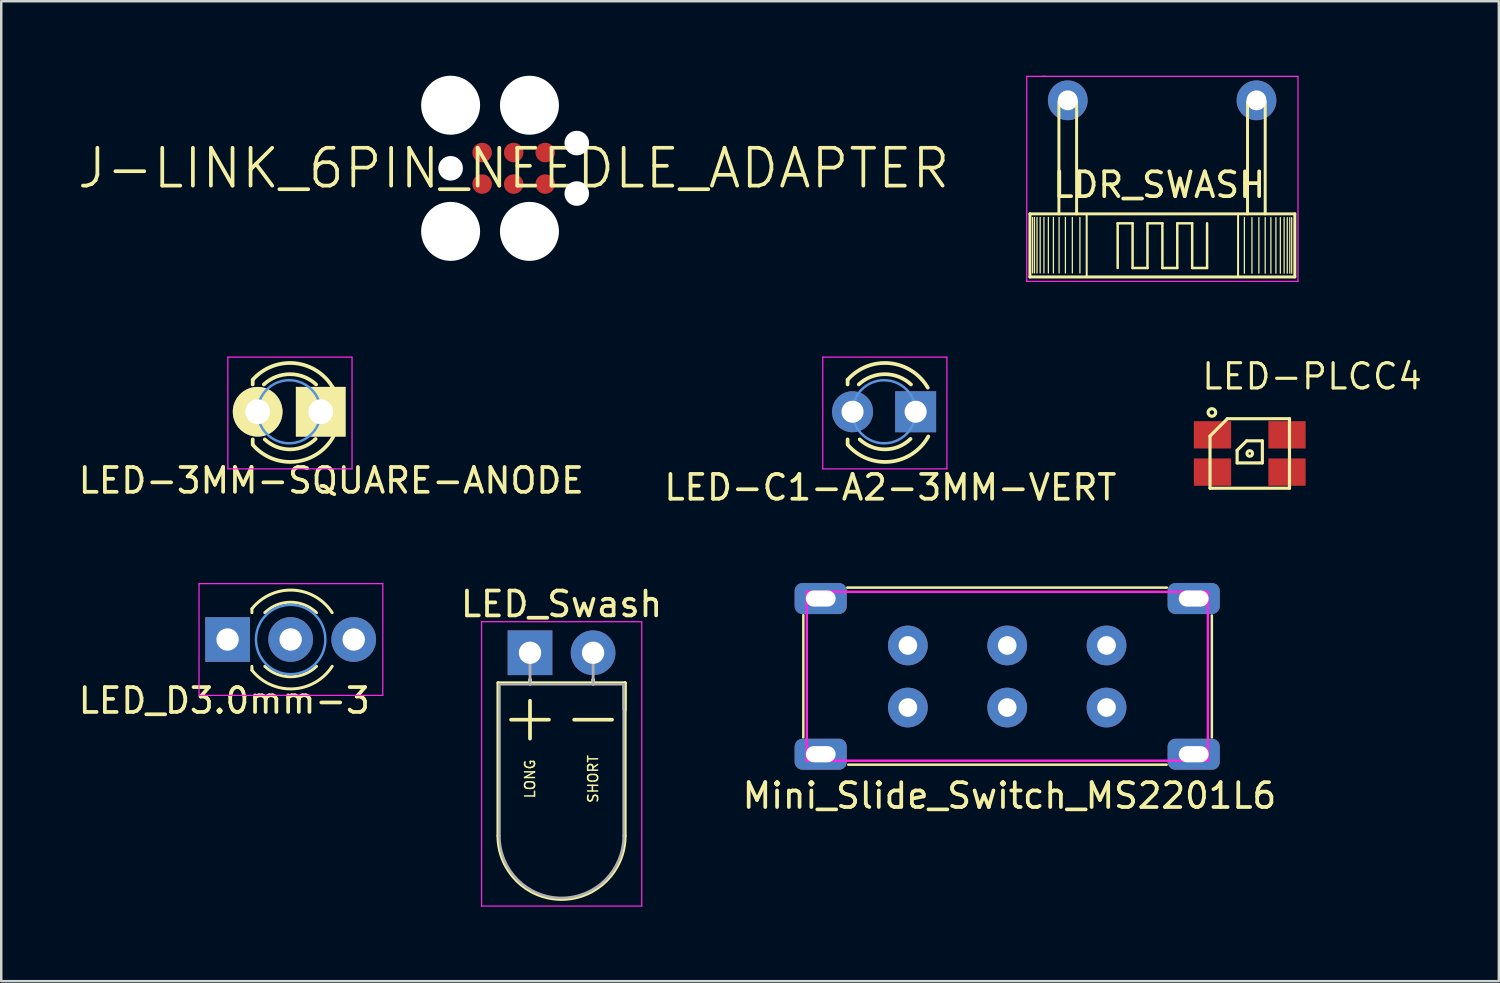
<source format=kicad_pcb>
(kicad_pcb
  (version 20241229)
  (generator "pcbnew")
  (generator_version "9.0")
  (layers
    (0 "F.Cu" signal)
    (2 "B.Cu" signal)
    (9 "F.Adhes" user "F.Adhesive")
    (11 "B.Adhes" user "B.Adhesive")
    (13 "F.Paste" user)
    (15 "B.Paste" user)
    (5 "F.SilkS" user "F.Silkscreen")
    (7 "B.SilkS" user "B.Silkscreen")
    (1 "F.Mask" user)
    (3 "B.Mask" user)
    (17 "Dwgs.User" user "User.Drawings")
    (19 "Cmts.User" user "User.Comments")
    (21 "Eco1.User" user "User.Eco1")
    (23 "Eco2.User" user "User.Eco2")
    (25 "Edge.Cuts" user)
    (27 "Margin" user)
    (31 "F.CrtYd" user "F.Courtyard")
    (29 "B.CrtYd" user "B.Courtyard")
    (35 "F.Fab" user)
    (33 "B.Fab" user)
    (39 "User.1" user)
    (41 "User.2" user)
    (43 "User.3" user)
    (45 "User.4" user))
  (footprint "LED_Swash"
    (layer "F.Cu")
    (at 18.292 23.235)
    (property "Reference" "LED_Swash" (at 1.27 -1.96 0) (layer "F.SilkS") (effects (font (size 1 1) (thickness 0.15))))
    (attr through_hole)
    (fp_line (start -1.29 1.21) (end -1.29 7.37) (stroke (width 0.12) (type solid)) (layer "F.SilkS"))
    (fp_line (start -1.29 1.21) (end 3.83 1.21) (stroke (width 0.12) (type solid)) (layer "F.SilkS"))
    (fp_line (start 0 1.08) (end 0 1.08) (stroke (width 0.12) (type solid)) (layer "F.SilkS"))
    (fp_line (start 0 1.08) (end 0 1.21) (stroke (width 0.12) (type solid)) (layer "F.SilkS"))
    (fp_line (start 0 1.21) (end 0 1.08) (stroke (width 0.12) (type solid)) (layer "F.SilkS"))
    (fp_line (start 0 1.21) (end 0 1.21) (stroke (width 0.12) (type solid)) (layer "F.SilkS"))
    (fp_line (start 2.54 1.08) (end 2.54 1.08) (stroke (width 0.12) (type solid)) (layer "F.SilkS"))
    (fp_line (start 2.54 1.08) (end 2.54 1.21) (stroke (width 0.12) (type solid)) (layer "F.SilkS"))
    (fp_line (start 2.54 1.21) (end 2.54 1.08) (stroke (width 0.12) (type solid)) (layer "F.SilkS"))
    (fp_line (start 2.54 1.21) (end 2.54 1.21) (stroke (width 0.12) (type solid)) (layer "F.SilkS"))
    (fp_line (start 3.83 1.21) (end 3.83 7.37) (stroke (width 0.12) (type solid)) (layer "F.SilkS"))
    (fp_line (start 3.83 2.33) (end 3.83 1.21) (stroke (width 0.12) (type solid)) (layer "F.SilkS"))
    (fp_arc (start 3.83 7.37) (mid 1.27 9.93) (end -1.29 7.37) (stroke (width 0.12) (type solid)) (layer "F.SilkS"))
    (fp_line (start -1.95 -1.25) (end -1.95 10.2) (stroke (width 0.05) (type solid)) (layer "F.CrtYd"))
    (fp_line (start -1.95 10.2) (end 4.5 10.2) (stroke (width 0.05) (type solid)) (layer "F.CrtYd"))
    (fp_line (start 4.5 -1.25) (end -1.95 -1.25) (stroke (width 0.05) (type solid)) (layer "F.CrtYd"))
    (fp_line (start 4.5 10.2) (end 4.5 -1.25) (stroke (width 0.05) (type solid)) (layer "F.CrtYd"))
    (fp_line (start -1.23 1.27) (end -1.23 7.37) (stroke (width 0.1) (type solid)) (layer "F.Fab"))
    (fp_line (start -1.23 1.27) (end 3.77 1.27) (stroke (width 0.1) (type solid)) (layer "F.Fab"))
    (fp_line (start 0 0) (end 0 0) (stroke (width 0.1) (type solid)) (layer "F.Fab"))
    (fp_line (start 0 0) (end 0 1.27) (stroke (width 0.1) (type solid)) (layer "F.Fab"))
    (fp_line (start 0 1.27) (end 0 0) (stroke (width 0.1) (type solid)) (layer "F.Fab"))
    (fp_line (start 0 1.27) (end 0 1.27) (stroke (width 0.1) (type solid)) (layer "F.Fab"))
    (fp_line (start 2.54 0) (end 2.54 0) (stroke (width 0.1) (type solid)) (layer "F.Fab"))
    (fp_line (start 2.54 0) (end 2.54 1.27) (stroke (width 0.1) (type solid)) (layer "F.Fab"))
    (fp_line (start 2.54 1.27) (end 2.54 0) (stroke (width 0.1) (type solid)) (layer "F.Fab"))
    (fp_line (start 2.54 1.27) (end 2.54 1.27) (stroke (width 0.1) (type solid)) (layer "F.Fab"))
    (fp_line (start 3.77 1.27) (end 3.77 7.37) (stroke (width 0.1) (type solid)) (layer "F.Fab"))
    (fp_line (start 3.77 2.27) (end 3.77 1.27) (stroke (width 0.1) (type solid)) (layer "F.Fab"))
    (fp_arc (start 3.77 7.37) (mid 1.27 9.87) (end -1.23 7.37) (stroke (width 0.1) (type solid)) (layer "F.Fab"))
    (fp_text user "+" (at 0 2.54 0) (layer "F.SilkS") (effects (font (size 2 2) (thickness 0.15))))
    (fp_text user "-" (at 2.54 2.54 0) (layer "F.SilkS") (effects (font (size 2 2) (thickness 0.15))))
    (fp_text user "SHORT" (at 2.54 5.08 90) (layer "F.SilkS") (effects (font (size 0.4 0.4) (thickness 0.062))))
    (fp_text user "LONG" (at 0 5.08 90) (layer "F.SilkS") (effects (font (size 0.4 0.4) (thickness 0.062))))
    (pad "1" thru_hole circle (at 2.54 0) (size 1.8 1.8) (drill 0.9) (layers "*.Cu" "*.Mask"))
    (pad "2" thru_hole rect (at 0 0) (size 1.8 1.8) (drill 0.9) (layers "*.Cu" "*.Mask")))
  (footprint "LED-PLCC4"
    (layer "F.Cu")
    (at 47.274 15.21)
    (property "Reference" "LED-PLCC4" (at -2 -2.508 0) (layer "F.SilkS") (effects (font (size 1.016 1.016) (thickness 0.127)) (justify left bottom)))
    (attr through_hole)
    (fp_line (start -1.6 -0.7) (end -1.6 1.4) (stroke (width 0.127) (type solid)) (layer "F.SilkS"))
    (fp_line (start -1.6 -0.7) (end -0.9 -1.4) (stroke (width 0.127) (type solid)) (layer "F.SilkS"))
    (fp_line (start -1.6 1.4) (end 1.6 1.4) (stroke (width 0.127) (type solid)) (layer "F.SilkS"))
    (fp_line (start -0.508 0.381) (end -0.508 -0.127) (stroke (width 0.127) (type solid)) (layer "F.SilkS"))
    (fp_line (start -0.127 -0.508) (end -0.508 -0.127) (stroke (width 0.127) (type solid)) (layer "F.SilkS"))
    (fp_line (start -0.127 -0.508) (end 0.508 -0.508) (stroke (width 0.127) (type solid)) (layer "F.SilkS"))
    (fp_line (start 0.508 -0.508) (end 0.508 0.381) (stroke (width 0.127) (type solid)) (layer "F.SilkS"))
    (fp_line (start 0.508 0.381) (end -0.508 0.381) (stroke (width 0.127) (type solid)) (layer "F.SilkS"))
    (fp_line (start 1.6 -1.4) (end -0.9 -1.4) (stroke (width 0.127) (type solid)) (layer "F.SilkS"))
    (fp_line (start 1.6 1.4) (end 1.6 -1.4) (stroke (width 0.127) (type solid)) (layer "F.SilkS"))
    (fp_circle (center -1.524 -1.651) (end -1.372 -1.651) (stroke (width 0.127) (type solid)) (fill no) (layer "F.SilkS"))
    (fp_circle (center 0 0) (end 0.112 0) (stroke (width 0.127) (type solid)) (fill no) (layer "F.SilkS"))
    (pad "1" smd rect (at -1.5 -0.75 90) (size 1.1 1.5) (layers "F.Cu" "F.Mask" "F.Paste"))
    (pad "2" smd rect (at 1.5 -0.75 90) (size 1.1 1.5) (layers "F.Cu" "F.Mask" "F.Paste"))
    (pad "3" smd rect (at 1.5 0.75 90) (size 1.1 1.5) (layers "F.Cu" "F.Mask" "F.Paste"))
    (pad "4" smd rect (at -1.5 0.75 90) (size 1.1 1.5) (layers "F.Cu" "F.Mask" "F.Paste")))
  (footprint "LED_D3.0mm-3"
    (layer "F.Cu")
    (at 6.114 22.701)
    (property "Reference" "LED_D3.0mm-3" (at -0.132 2.461 0) (layer "F.SilkS") (effects (font (size 1 1) (thickness 0.15))))
    (attr through_hole)
    (fp_line (start 0.98 -1.236) (end 0.98 -1.08) (stroke (width 0.12) (type solid)) (layer "F.SilkS"))
    (fp_line (start 0.98 1.08) (end 0.98 1.236) (stroke (width 0.12) (type solid)) (layer "F.SilkS"))
    (fp_arc (start 0.98 -1.235516) (mid 2.636487 -1.987659) (end 4.212335 -1.078608) (stroke (width 0.12) (type solid)) (layer "F.SilkS"))
    (fp_arc (start 1.499039 -1.08) (mid 2.540117 -1.5) (end 3.58113 -1.079837) (stroke (width 0.12) (type solid)) (layer "F.SilkS"))
    (fp_arc (start 3.58113 1.079837) (mid 2.540117 1.5) (end 1.499039 1.08) (stroke (width 0.12) (type solid)) (layer "F.SilkS"))
    (fp_arc (start 4.212335 1.078608) (mid 2.636487 1.987659) (end 0.98 1.235516) (stroke (width 0.12) (type solid)) (layer "F.SilkS"))
    (fp_circle (center 2.54 0) (end 2.54 1.397) (stroke (width 0.1) (type solid)) (fill no) (layer "Cmts.User"))
    (fp_line (start -1.15 -2.25) (end -1.15 2.25) (stroke (width 0.05) (type solid)) (layer "F.CrtYd"))
    (fp_line (start -1.15 2.25) (end 6.25 2.25) (stroke (width 0.05) (type solid)) (layer "F.CrtYd"))
    (fp_line (start 6.25 -2.25) (end -1.15 -2.25) (stroke (width 0.05) (type solid)) (layer "F.CrtYd"))
    (fp_line (start 6.25 2.25) (end 6.25 -2.25) (stroke (width 0.05) (type solid)) (layer "F.CrtYd"))
    (pad "1" thru_hole rect (at 0 0) (size 1.8 1.8) (drill 0.9) (layers "*.Cu" "*.Mask"))
    (pad "2" thru_hole circle (at 2.54 0) (size 1.8 1.8) (drill 0.9) (layers "*.Cu" "*.Mask"))
    (pad "3" thru_hole circle (at 5.08 0) (size 1.8 1.8) (drill 0.9) (layers "*.Cu" "*.Mask")))
  (footprint "LED-C1-A2-3MM-VERT"
    (layer "F.Cu")
    (at 32.55 13.53)
    (property "Reference" "LED-C1-A2-3MM-VERT" (at 0.254 3.048 0) (layer "F.SilkS") (effects (font (size 1 1) (thickness 0.15))))
    (attr through_hole)
    (fp_line (start -1.469 -1.28) (end -1.469 -1.1) (stroke (width 0.15) (type solid)) (layer "F.SilkS"))
    (fp_line (start -1.469 1.314) (end -1.469 1.114) (stroke (width 0.15) (type solid)) (layer "F.SilkS"))
    (fp_arc (start -1.469 -1.286) (mid 0.225903 -1.954571) (end 1.758744 -0.969643) (stroke (width 0.15) (type solid)) (layer "F.SilkS"))
    (fp_arc (start -1.02 -1.1) (mid 0.031686 -1.512142) (end 1.083005 -1.099067) (stroke (width 0.15) (type solid)) (layer "F.SilkS"))
    (fp_arc (start 1.065 1.094) (mid 0.04492 1.51473) (end -0.982889 1.113252) (stroke (width 0.15) (type solid)) (layer "F.SilkS"))
    (fp_arc (start 1.781 0.994) (mid 0.252637 2.009958) (end -1.45622 1.340726) (stroke (width 0.15) (type solid)) (layer "F.SilkS"))
    (fp_circle (center 0 0) (end 1.27 0) (stroke (width 0.1) (type solid)) (fill no) (layer "Cmts.User"))
    (fp_line (start -2.47 -2.2) (end -2.47 2.3) (stroke (width 0.05) (type solid)) (layer "F.CrtYd"))
    (fp_line (start -2.47 2.3) (end 2.53 2.3) (stroke (width 0.05) (type solid)) (layer "F.CrtYd"))
    (fp_line (start 2.53 -2.2) (end -2.47 -2.2) (stroke (width 0.05) (type solid)) (layer "F.CrtYd"))
    (fp_line (start 2.53 2.3) (end 2.53 -2.2) (stroke (width 0.05) (type solid)) (layer "F.CrtYd"))
    (pad "1" thru_hole circle (at -1.27 0 90) (size 1.651 1.651) (drill 0.889) (layers "*.Cu" "*.Mask"))
    (pad "2" thru_hole rect (at 1.27 0) (size 1.651 1.651) (drill 0.889) (layers "*.Cu" "*.Mask")))
  (footprint "J-LINK_6PIN_NEEDLE_ADAPTER"
    (layer "F.Cu")
    (at 17.635 3.727)
    (property "Reference" "J-LINK_6PIN_NEEDLE_ADAPTER" (at 0 0 0) (layer "F.SilkS") (effects (font (size 1.524 1.524) (thickness 0.15))))
    (attr through_hole)
    (pad "" np_thru_hole circle (at -2.54 -2.54) (size 2.375 2.375) (drill 2.375) (layers "*.Cu"))
    (pad "" np_thru_hole circle (at -2.54 0) (size 0.991 0.991) (drill 0.991) (layers "*.Cu"))
    (pad "" np_thru_hole circle (at -2.54 2.54) (size 2.375 2.375) (drill 2.375) (layers "*.Cu"))
    (pad "" np_thru_hole circle (at 0.635 -2.54) (size 2.375 2.375) (drill 2.375) (layers "*.Cu"))
    (pad "" np_thru_hole circle (at 0.635 2.54) (size 2.375 2.375) (drill 2.375) (layers "*.Cu"))
    (pad "" np_thru_hole circle (at 2.54 -1.016) (size 0.991 0.991) (drill 0.991) (layers "*.Cu"))
    (pad "" np_thru_hole circle (at 2.54 1.016) (size 0.991 0.991) (drill 0.991) (layers "*.Cu"))
    (pad "1" smd circle (at -1.27 0.635) (size 0.787 0.787) (layers "F.Cu" "F.Mask" "F.Paste"))
    (pad "2" smd circle (at -1.27 -0.635) (size 0.787 0.787) (layers "F.Cu" "F.Mask" "F.Paste"))
    (pad "3" smd circle (at 0 0.635) (size 0.787 0.787) (layers "F.Cu" "F.Mask" "F.Paste"))
    (pad "4" smd circle (at 0 -0.635) (size 0.787 0.787) (layers "F.Cu" "F.Mask" "F.Paste"))
    (pad "5" smd circle (at 1.27 0.635) (size 0.787 0.787) (layers "F.Cu" "F.Mask" "F.Paste"))
    (pad "6" smd circle (at 1.27 -0.635) (size 0.787 0.787) (layers "F.Cu" "F.Mask" "F.Paste")))
  (footprint "LDR_SWASH"
    (layer "F.Cu")
    (at 39.946 0.99)
    (property "Reference" "LDR_SWASH" (at 3.683 3.404 0) (layer "F.SilkS") (effects (font (size 1 1) (thickness 0.15))))
    (attr through_hole)
    (fp_line (start -1.524 4.572) (end -1.524 7.112) (stroke (width 0.12) (type solid)) (layer "F.SilkS"))
    (fp_line (start -1.524 4.572) (end 9.144 4.572) (stroke (width 0.12) (type solid)) (layer "F.SilkS"))
    (fp_line (start -1.524 7.112) (end 9.144 7.112) (stroke (width 0.12) (type solid)) (layer "F.SilkS"))
    (fp_line (start -1.416 6.951) (end -1.416 4.716) (stroke (width 0.05) (type solid)) (layer "F.SilkS"))
    (fp_line (start -1.34 6.951) (end -1.34 4.716) (stroke (width 0.05) (type solid)) (layer "F.SilkS"))
    (fp_line (start -1.238 6.951) (end -1.238 4.716) (stroke (width 0.05) (type solid)) (layer "F.SilkS"))
    (fp_line (start -1.111 6.951) (end -1.111 4.716) (stroke (width 0.05) (type solid)) (layer "F.SilkS"))
    (fp_line (start -0.959 6.951) (end -0.959 4.716) (stroke (width 0.05) (type solid)) (layer "F.SilkS"))
    (fp_line (start -0.781 6.951) (end -0.781 4.716) (stroke (width 0.05) (type solid)) (layer "F.SilkS"))
    (fp_line (start -0.578 6.951) (end -0.578 4.716) (stroke (width 0.05) (type solid)) (layer "F.SilkS"))
    (fp_line (start -0.356 0.051) (end -0.356 4.572) (stroke (width 0.12) (type solid)) (layer "F.SilkS"))
    (fp_line (start -0.349 6.951) (end -0.349 4.716) (stroke (width 0.05) (type solid)) (layer "F.SilkS"))
    (fp_line (start -0.095 6.951) (end -0.095 4.716) (stroke (width 0.05) (type solid)) (layer "F.SilkS"))
    (fp_line (start 0.184 6.951) (end 0.184 4.716) (stroke (width 0.05) (type solid)) (layer "F.SilkS"))
    (fp_line (start 0.356 0.051) (end 0.356 4.572) (stroke (width 0.12) (type solid)) (layer "F.SilkS"))
    (fp_line (start 0.489 6.951) (end 0.489 4.716) (stroke (width 0.05) (type solid)) (layer "F.SilkS"))
    (fp_line (start 0.762 4.572) (end 0.762 7.112) (stroke (width 0.08) (type solid)) (layer "F.SilkS"))
    (fp_line (start 2.01 4.952) (end 2.61 4.952) (stroke (width 0.1) (type solid)) (layer "F.SilkS"))
    (fp_line (start 2.01 6.752) (end 2.01 4.952) (stroke (width 0.1) (type solid)) (layer "F.SilkS"))
    (fp_line (start 2.61 4.952) (end 2.61 6.752) (stroke (width 0.1) (type solid)) (layer "F.SilkS"))
    (fp_line (start 2.61 6.752) (end 3.21 6.752) (stroke (width 0.1) (type solid)) (layer "F.SilkS"))
    (fp_line (start 3.21 4.952) (end 3.81 4.952) (stroke (width 0.1) (type solid)) (layer "F.SilkS"))
    (fp_line (start 3.21 6.752) (end 3.21 4.952) (stroke (width 0.1) (type solid)) (layer "F.SilkS"))
    (fp_line (start 3.81 4.952) (end 3.81 6.752) (stroke (width 0.1) (type solid)) (layer "F.SilkS"))
    (fp_line (start 3.81 6.752) (end 4.41 6.752) (stroke (width 0.1) (type solid)) (layer "F.SilkS"))
    (fp_line (start 4.41 4.952) (end 5.01 4.952) (stroke (width 0.1) (type solid)) (layer "F.SilkS"))
    (fp_line (start 4.41 6.752) (end 4.41 4.952) (stroke (width 0.1) (type solid)) (layer "F.SilkS"))
    (fp_line (start 5.01 4.952) (end 5.01 6.752) (stroke (width 0.1) (type solid)) (layer "F.SilkS"))
    (fp_line (start 5.01 6.752) (end 5.61 6.752) (stroke (width 0.1) (type solid)) (layer "F.SilkS"))
    (fp_line (start 5.61 6.752) (end 5.61 4.952) (stroke (width 0.1) (type solid)) (layer "F.SilkS"))
    (fp_line (start 6.858 4.572) (end 6.858 7.112) (stroke (width 0.08) (type solid)) (layer "F.SilkS"))
    (fp_line (start 7.112 4.724) (end 7.112 6.96) (stroke (width 0.05) (type solid)) (layer "F.SilkS"))
    (fp_line (start 7.239 0.051) (end 7.239 4.572) (stroke (width 0.12) (type solid)) (layer "F.SilkS"))
    (fp_line (start 7.417 4.724) (end 7.417 6.96) (stroke (width 0.05) (type solid)) (layer "F.SilkS"))
    (fp_line (start 7.696 4.724) (end 7.696 6.96) (stroke (width 0.05) (type solid)) (layer "F.SilkS"))
    (fp_line (start 7.95 0.051) (end 7.95 4.572) (stroke (width 0.12) (type solid)) (layer "F.SilkS"))
    (fp_line (start 7.95 4.724) (end 7.95 6.96) (stroke (width 0.05) (type solid)) (layer "F.SilkS"))
    (fp_line (start 8.179 4.724) (end 8.179 6.96) (stroke (width 0.05) (type solid)) (layer "F.SilkS"))
    (fp_line (start 8.382 4.724) (end 8.382 6.96) (stroke (width 0.05) (type solid)) (layer "F.SilkS"))
    (fp_line (start 8.56 4.724) (end 8.56 6.96) (stroke (width 0.05) (type solid)) (layer "F.SilkS"))
    (fp_line (start 8.712 4.724) (end 8.712 6.96) (stroke (width 0.05) (type solid)) (layer "F.SilkS"))
    (fp_line (start 8.839 4.724) (end 8.839 6.96) (stroke (width 0.05) (type solid)) (layer "F.SilkS"))
    (fp_line (start 8.941 4.724) (end 8.941 6.96) (stroke (width 0.05) (type solid)) (layer "F.SilkS"))
    (fp_line (start 9.017 4.724) (end 9.017 6.96) (stroke (width 0.05) (type solid)) (layer "F.SilkS"))
    (fp_line (start 9.144 4.572) (end 9.144 7.112) (stroke (width 0.12) (type solid)) (layer "F.SilkS"))
    (fp_line (start -1.651 -0.965) (end -0.889 -0.965) (stroke (width 0.05) (type solid)) (layer "F.CrtYd"))
    (fp_line (start -1.651 7.29) (end -1.651 -0.965) (stroke (width 0.05) (type solid)) (layer "F.CrtYd"))
    (fp_line (start 9.271 -0.965) (end -1.041 -0.965) (stroke (width 0.05) (type solid)) (layer "F.CrtYd"))
    (fp_line (start 9.271 7.29) (end -1.651 7.29) (stroke (width 0.05) (type solid)) (layer "F.CrtYd"))
    (fp_line (start 9.271 7.29) (end 9.271 -0.965) (stroke (width 0.05) (type solid)) (layer "F.CrtYd"))
    (pad "1" thru_hole circle (at 0 0) (size 1.6 1.6) (drill 0.8) (layers "*.Cu" "*.Mask"))
    (pad "2" thru_hole circle (at 7.6 0) (size 1.6 1.6) (drill 0.8) (layers "*.Cu" "*.Mask")))
  (footprint "Mini_Slide_Switch_MS2201L6"
    (layer "F.Cu")
    (at 29.438 27.581)
    (property "Reference" "Mini_Slide_Switch_MS2201L6" (at 8.16 1.41 0) (layer "F.SilkS") (effects (font (size 1 1) (thickness 0.15))))
    (attr through_hole)
    (fp_line (start -0.14 -5.86) (end -0.14 -0.94) (stroke (width 0.1) (type solid)) (layer "F.SilkS"))
    (fp_line (start 1.67 0.16) (end 14.49 0.16) (stroke (width 0.1) (type solid)) (layer "F.SilkS"))
    (fp_line (start 14.5 -6.97) (end 1.63 -6.97) (stroke (width 0.1) (type solid)) (layer "F.SilkS"))
    (fp_line (start 16.31 -0.94) (end 16.31 -5.85) (stroke (width 0.1) (type solid)) (layer "F.SilkS"))
    (fp_line (start 0 -6.8) (end 0 0) (stroke (width 0.1) (type solid)) (layer "F.CrtYd"))
    (fp_line (start 0 0) (end 16.15 0) (stroke (width 0.1) (type solid)) (layer "F.CrtYd"))
    (fp_line (start 16.15 -6.8) (end 0 -6.8) (stroke (width 0.1) (type solid)) (layer "F.CrtYd"))
    (fp_line (start 16.15 0) (end 16.15 -6.8) (stroke (width 0.1) (type solid)) (layer "F.CrtYd"))
    (pad "1" thru_hole circle (at 4.07 -4.64) (size 1.6 1.6) (drill 0.75) (layers "*.Cu" "*.Mask"))
    (pad "2" thru_hole circle (at 8.07 -4.64) (size 1.6 1.6) (drill 0.75) (layers "*.Cu" "*.Mask"))
    (pad "3" thru_hole circle (at 12.07 -4.64) (size 1.6 1.6) (drill 0.75) (layers "*.Cu" "*.Mask"))
    (pad "4" thru_hole circle (at 4.07 -2.14) (size 1.6 1.6) (drill 0.75) (layers "*.Cu" "*.Mask"))
    (pad "5" thru_hole circle (at 8.07 -2.14) (size 1.6 1.6) (drill 0.75) (layers "*.Cu" "*.Mask"))
    (pad "6" thru_hole circle (at 12.07 -2.14) (size 1.6 1.6) (drill 0.75) (layers "*.Cu" "*.Mask"))
    (pad "GND" thru_hole roundrect (at 0.56 -6.53) (size 2.1 1.25) (drill oval 1.2 0.65) (layers "*.Cu" "*.Mask") (roundrect_rratio 0.25))
    (pad "GND" thru_hole roundrect (at 0.56 -0.26) (size 2.1 1.25) (drill oval 1.2 0.65) (layers "*.Cu" "*.Mask") (roundrect_rratio 0.25))
    (pad "GND" connect roundrect (at 1.36 -6.53) (size 0.5 0.1) (layers "*.Mask" "F.Cu") (roundrect_rratio 0.25))
    (pad "GND" connect roundrect (at 1.36 -0.26) (size 0.5 0.1) (layers "*.Mask" "F.Cu") (roundrect_rratio 0.25))
    (pad "GND" connect roundrect (at 14.78 -6.53) (size 0.5 0.1) (layers "*.Mask" "F.Cu") (roundrect_rratio 0.25))
    (pad "GND" connect roundrect (at 14.78 -0.26) (size 0.5 0.1) (layers "*.Mask" "F.Cu") (roundrect_rratio 0.25))
    (pad "GND" thru_hole roundrect (at 15.58 -6.53) (size 2.1 1.25) (drill oval 1.2 0.65) (layers "*.Cu" "*.Mask") (roundrect_rratio 0.25))
    (pad "GND" thru_hole roundrect (at 15.58 -0.26) (size 2.1 1.25) (drill oval 1.2 0.65) (layers "*.Cu" "*.Mask") (roundrect_rratio 0.25)))
  (footprint "LED-3MM-SQUARE-ANODE"
    (layer "F.Cu")
    (at 8.595 13.53)
    (property "Reference" "LED-3MM-SQUARE-ANODE" (at 1.697 2.769 0) (layer "F.SilkS") (effects (font (size 1 1) (thickness 0.15))))
    (attr through_hole)
    (fp_line (start -1.469 -1.28) (end -1.469 -1.1) (stroke (width 0.15) (type solid)) (layer "F.SilkS"))
    (fp_line (start -1.469 1.314) (end -1.469 1.114) (stroke (width 0.15) (type solid)) (layer "F.SilkS"))
    (fp_arc (start -1.469 -1.286) (mid 0.225903 -1.954571) (end 1.758744 -0.969643) (stroke (width 0.15) (type solid)) (layer "F.SilkS"))
    (fp_arc (start -1.02 -1.1) (mid 0.031686 -1.512142) (end 1.083005 -1.099067) (stroke (width 0.15) (type solid)) (layer "F.SilkS"))
    (fp_arc (start 1.065 1.094) (mid 0.04492 1.51473) (end -0.982889 1.113252) (stroke (width 0.15) (type solid)) (layer "F.SilkS"))
    (fp_arc (start 1.781 0.994) (mid 0.252637 2.009958) (end -1.45622 1.340726) (stroke (width 0.15) (type solid)) (layer "F.SilkS"))
    (fp_circle (center 0 0) (end 1.27 0) (stroke (width 0.1) (type solid)) (fill no) (layer "Cmts.User"))
    (fp_line (start -2.47 -2.2) (end -2.47 2.3) (stroke (width 0.05) (type solid)) (layer "F.CrtYd"))
    (fp_line (start -2.47 2.3) (end 2.53 2.3) (stroke (width 0.05) (type solid)) (layer "F.CrtYd"))
    (fp_line (start 2.53 -2.2) (end -2.47 -2.2) (stroke (width 0.05) (type solid)) (layer "F.CrtYd"))
    (fp_line (start 2.53 2.3) (end 2.53 -2.2) (stroke (width 0.05) (type solid)) (layer "F.CrtYd"))
    (pad "1" thru_hole circle (at -1.27 0 90) (size 2 2) (drill 1.001) (layers "*.Cu" "*.Mask" "F.SilkS"))
    (pad "2" thru_hole rect (at 1.27 0) (size 2 2) (drill 1.001) (layers "*.Cu" "*.Mask" "F.SilkS")))
  (gr_rect
    (start -3 -3)
    (end 57.305 36.459)
    (stroke (width 0.1) (type default))
    (fill no)
    (layer "Edge.Cuts")))
</source>
